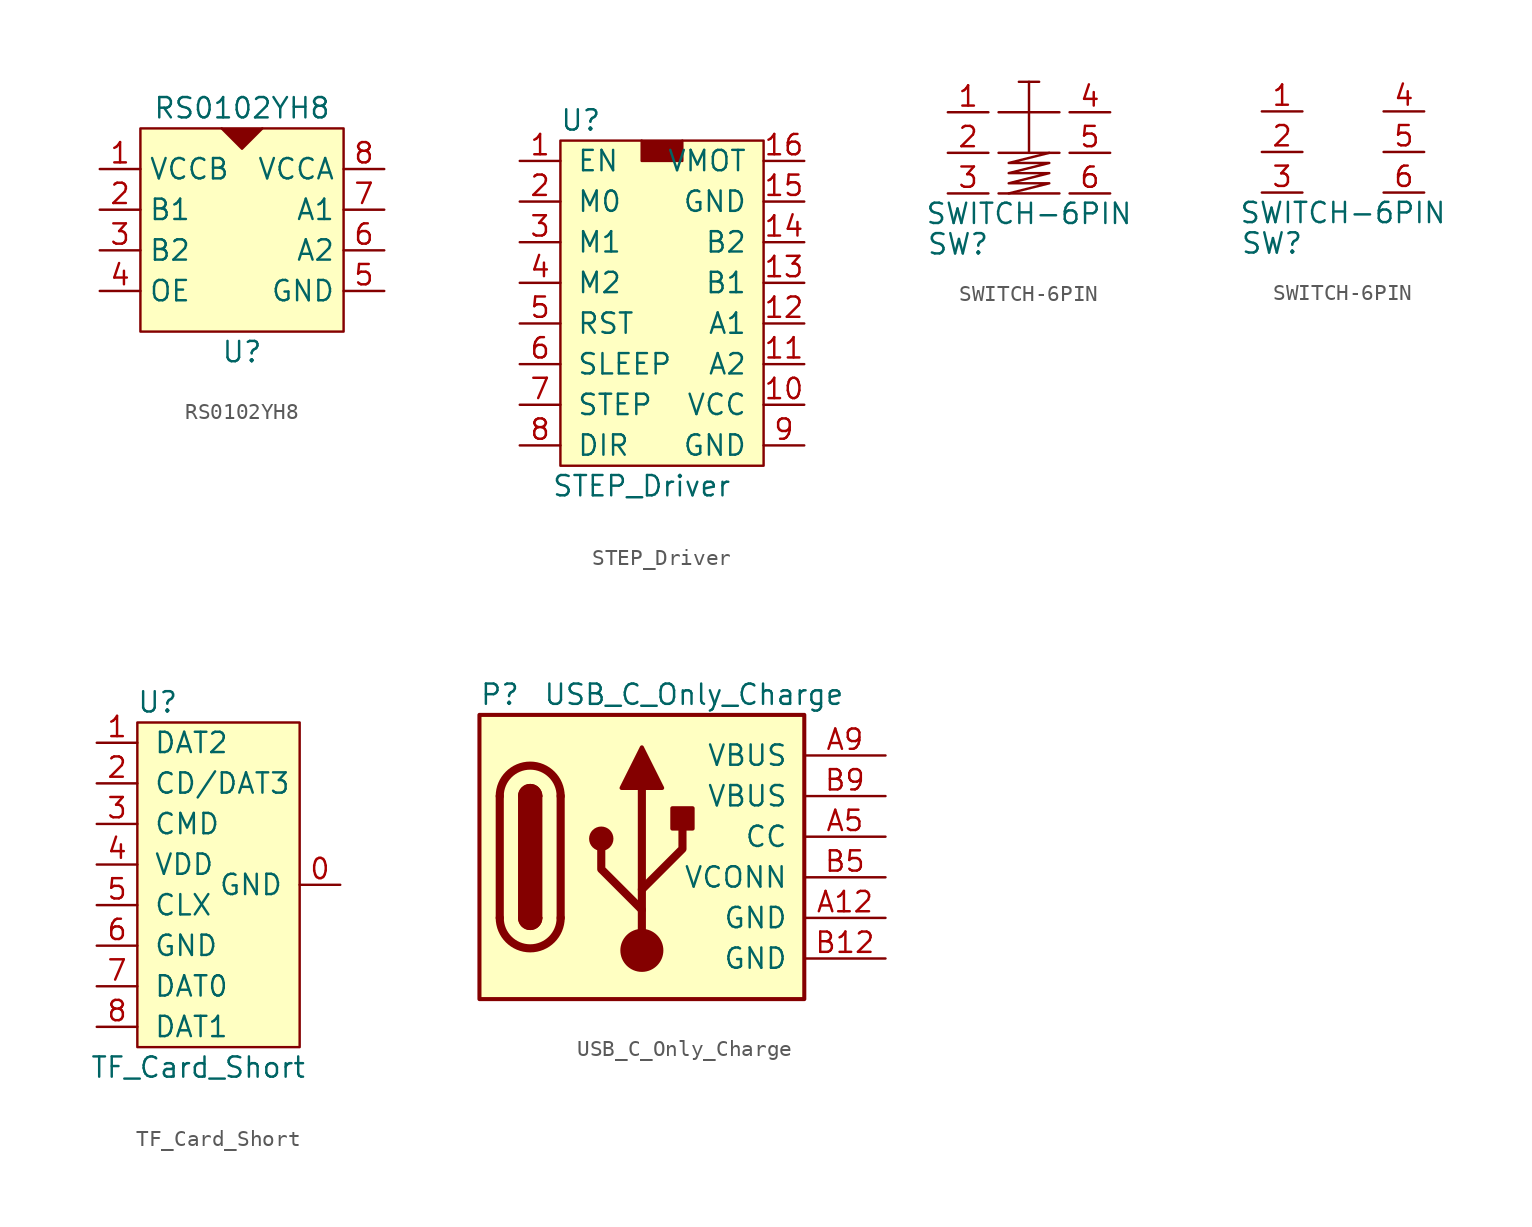
<source format=kicad_sym>
(kicad_symbol_lib
  (version 20211014)
  (generator kicad_symbol_editor)
  (symbol "RS0102YH8"
    (property "Reference" "U"
      (at 0 -7.62 0)
      (effects (font (size 1.27 1.27))))
    (property "Value" "RS0102YH8"
      (at 0 7.62 0)
      (effects (font (size 1.27 1.27))))
    (symbol "RS0102YH8_0_1"
      (rectangle (start -6.35 6.35) (end 6.35 -6.35) (stroke (width 0) (type default) (color 0 0 0 0)) (fill (type background)))
      (polyline (pts (xy -1.27 6.35) (xy 0 5.08) (xy 1.27 6.35)) (stroke (width 0) (type default) (color 0 0 0 0)) (fill (type outline))))
    (symbol "RS0102YH8_1_1"
      (pin power_in line (at -8.89 3.81 0) (length 2.54) (name "VCCB" (effects (font (size 1.27 1.27)))) (number "1" (effects (font (size 1.27 1.27)))))
      (pin bidirectional line (at -8.89 1.27 0) (length 2.54) (name "B1" (effects (font (size 1.27 1.27)))) (number "2" (effects (font (size 1.27 1.27)))))
      (pin bidirectional line (at -8.89 -1.27 0) (length 2.54) (name "B2" (effects (font (size 1.27 1.27)))) (number "3" (effects (font (size 1.27 1.27)))))
      (pin input line (at -8.89 -3.81 0) (length 2.54) (name "OE" (effects (font (size 1.27 1.27)))) (number "4" (effects (font (size 1.27 1.27)))))
      (pin power_in line (at 8.89 -3.81 180) (length 2.54) (name "GND" (effects (font (size 1.27 1.27)))) (number "5" (effects (font (size 1.27 1.27)))))
      (pin bidirectional line (at 8.89 -1.27 180) (length 2.54) (name "A2" (effects (font (size 1.27 1.27)))) (number "6" (effects (font (size 1.27 1.27)))))
      (pin bidirectional line (at 8.89 1.27 180) (length 2.54) (name "A1" (effects (font (size 1.27 1.27)))) (number "7" (effects (font (size 1.27 1.27)))))
      (pin power_in line (at 8.89 3.81 180) (length 2.54) (name "VCCA" (effects (font (size 1.27 1.27)))) (number "8" (effects (font (size 1.27 1.27)))))))
  (symbol "STEP_Driver"
    (pin_names
      (offset 1.016))
    (property "Reference" "U"
      (at -5.08 15.24 0)
      (effects (font (size 1.27 1.27))))
    (property "Value" "STEP_Driver"
      (at -1.27 -7.62 0)
      (effects (font (size 1.27 1.27))))
    (symbol "STEP_Driver_0_1"
      (polyline (pts (xy -1.27 13.97) (xy -1.27 12.7) (xy 1.27 12.7) (xy 1.27 13.97)) (stroke (width 0) (type default) (color 0 0 0 0)) (fill (type outline)))
      (polyline (pts (xy -6.35 13.97) (xy 6.35 13.97) (xy 6.35 -6.35) (xy -6.35 -6.35) (xy -6.35 13.97)) (stroke (width 0) (type default) (color 0 0 0 0)) (fill (type background)))
      (pin input line (at -8.89 12.7 0) (length 2.54) (name "EN" (effects (font (size 1.27 1.27)))) (number "1" (effects (font (size 1.27 1.27)))))
      (pin power_in line (at 8.89 -2.54 180) (length 2.54) (name "VCC" (effects (font (size 1.27 1.27)))) (number "10" (effects (font (size 1.27 1.27)))))
      (pin output line (at 8.89 0 180) (length 2.54) (name "A2" (effects (font (size 1.27 1.27)))) (number "11" (effects (font (size 1.27 1.27)))))
      (pin output line (at 8.89 2.54 180) (length 2.54) (name "A1" (effects (font (size 1.27 1.27)))) (number "12" (effects (font (size 1.27 1.27)))))
      (pin output line (at 8.89 5.08 180) (length 2.54) (name "B1" (effects (font (size 1.27 1.27)))) (number "13" (effects (font (size 1.27 1.27)))))
      (pin output line (at 8.89 7.62 180) (length 2.54) (name "B2" (effects (font (size 1.27 1.27)))) (number "14" (effects (font (size 1.27 1.27)))))
      (pin power_in line (at 8.89 10.16 180) (length 2.54) (name "GND" (effects (font (size 1.27 1.27)))) (number "15" (effects (font (size 1.27 1.27)))))
      (pin power_in line (at 8.89 12.7 180) (length 2.54) (name "VMOT" (effects (font (size 1.27 1.27)))) (number "16" (effects (font (size 1.27 1.27)))))
      (pin bidirectional line (at -8.89 10.16 0) (length 2.54) (name "M0" (effects (font (size 1.27 1.27)))) (number "2" (effects (font (size 1.27 1.27)))))
      (pin bidirectional line (at -8.89 7.62 0) (length 2.54) (name "M1" (effects (font (size 1.27 1.27)))) (number "3" (effects (font (size 1.27 1.27)))))
      (pin bidirectional line (at -8.89 5.08 0) (length 2.54) (name "M2" (effects (font (size 1.27 1.27)))) (number "4" (effects (font (size 1.27 1.27)))))
      (pin bidirectional line (at -8.89 2.54 0) (length 2.54) (name "RST" (effects (font (size 1.27 1.27)))) (number "5" (effects (font (size 1.27 1.27)))))
      (pin input line (at -8.89 0 0) (length 2.54) (name "SLEEP" (effects (font (size 1.27 1.27)))) (number "6" (effects (font (size 1.27 1.27)))))
      (pin input line (at -8.89 -2.54 0) (length 2.54) (name "STEP" (effects (font (size 1.27 1.27)))) (number "7" (effects (font (size 1.27 1.27)))))
      (pin input line (at -8.89 -5.08 0) (length 2.54) (name "DIR" (effects (font (size 1.27 1.27)))) (number "8" (effects (font (size 1.27 1.27)))))
      (pin power_in line (at 8.89 -5.08 180) (length 2.54) (name "GND" (effects (font (size 1.27 1.27)))) (number "9" (effects (font (size 1.27 1.27)))))))
  (symbol "SWITCH-6PIN"
    (pin_names
      (offset 1.016) hide)
    (property "Reference" "SW"
      (at -4.445 -5.715 0)
      (effects (font (size 1.27 1.27))))
    (property "Value" "SWITCH-6PIN"
      (at 0 -3.81 0)
      (effects (font (size 1.27 1.27))))
    (symbol "SWITCH-6PIN_0_1"
      (polyline (pts (xy -1.905 -2.54) (xy 1.905 -2.54)) (stroke (width 0) (type default) (color 0 0 0 0)) (fill (type none)))
      (polyline (pts (xy -1.905 0) (xy 1.905 0)) (stroke (width 0) (type default) (color 0 0 0 0)) (fill (type none)))
      (polyline (pts (xy -1.905 2.54) (xy 1.905 2.54)) (stroke (width 0) (type default) (color 0 0 0 0)) (fill (type none)))
      (polyline (pts (xy -0.635 4.445) (xy 0.635 4.445)) (stroke (width 0) (type default) (color 0 0 0 0)) (fill (type none)))
      (polyline (pts (xy 0 4.445) (xy 0 0)) (stroke (width 0) (type default) (color 0 0 0 0)) (fill (type none)))
      (polyline (pts (xy 1.27 0) (xy -1.27 -0.635) (xy 1.27 -0.635) (xy -1.27 -1.27) (xy 1.27 -1.27) (xy -1.27 -1.905) (xy 1.27 -1.905) (xy -1.27 -2.54)) (stroke (width 0) (type default) (color 0 0 0 0)) (fill (type none)))
      (pin bidirectional line (at -5.08 2.54 0) (length 2.54) (name "1" (effects (font (size 1.27 1.27)))) (number "1" (effects (font (size 1.27 1.27))))))
    (symbol "SWITCH-6PIN_0_2"
      (pin bidirectional line (at -5.08 2.54 0) (length 2.54) (name "1" (effects (font (size 1.27 1.27)))) (number "1" (effects (font (size 1.27 1.27))))))
    (symbol "SWITCH-6PIN_1_1"
      (pin bidirectional line (at -5.08 0 0) (length 2.54) (name "2" (effects (font (size 1.27 1.27)))) (number "2" (effects (font (size 1.27 1.27)))))
      (pin bidirectional line (at -5.08 -2.54 0) (length 2.54) (name "3" (effects (font (size 1.27 1.27)))) (number "3" (effects (font (size 1.27 1.27)))))
      (pin bidirectional line (at 5.08 2.54 180) (length 2.54) (name "4" (effects (font (size 1.27 1.27)))) (number "4" (effects (font (size 1.27 1.27)))))
      (pin bidirectional line (at 5.08 0 180) (length 2.54) (name "5" (effects (font (size 1.27 1.27)))) (number "5" (effects (font (size 1.27 1.27)))))
      (pin bidirectional line (at 5.08 -2.54 180) (length 2.54) (name "6" (effects (font (size 1.27 1.27)))) (number "6" (effects (font (size 1.27 1.27))))))
    (symbol "SWITCH-6PIN_1_2"
      (pin bidirectional line (at -5.08 0 0) (length 2.54) (name "2" (effects (font (size 1.27 1.27)))) (number "2" (effects (font (size 1.27 1.27)))))
      (pin bidirectional line (at -5.08 -2.54 0) (length 2.54) (name "3" (effects (font (size 1.27 1.27)))) (number "3" (effects (font (size 1.27 1.27)))))
      (pin bidirectional line (at 5.08 2.54 180) (length 2.54) (name "4" (effects (font (size 1.27 1.27)))) (number "4" (effects (font (size 1.27 1.27)))))
      (pin bidirectional line (at 5.08 0 180) (length 2.54) (name "5" (effects (font (size 1.27 1.27)))) (number "5" (effects (font (size 1.27 1.27)))))
      (pin bidirectional line (at 5.08 -2.54 180) (length 2.54) (name "6" (effects (font (size 1.27 1.27)))) (number "6" (effects (font (size 1.27 1.27)))))))
  (symbol "TF_Card_Short"
    (pin_names
      (offset 1.016))
    (property "Reference" "U"
      (at -2.54 11.43 0)
      (effects (font (size 1.27 1.27))))
    (property "Value" "TF_Card_Short"
      (at 0 -11.43 0)
      (effects (font (size 1.27 1.27))))
    (symbol "TF_Card_Short_0_1"
      (rectangle (start -3.81 10.16) (end 6.35 -10.16) (stroke (width 0) (type default) (color 0 0 0 0)) (fill (type background))))
    (symbol "TF_Card_Short_1_1"
      (pin input line (at 8.89 0 180) (length 2.54) (name "GND" (effects (font (size 1.27 1.27)))) (number "0" (effects (font (size 1.27 1.27)))))
      (pin input line (at -6.35 8.89 0) (length 2.54) (name "DAT2" (effects (font (size 1.27 1.27)))) (number "1" (effects (font (size 1.27 1.27)))))
      (pin input line (at -6.35 6.35 0) (length 2.54) (name "CD/DAT3" (effects (font (size 1.27 1.27)))) (number "2" (effects (font (size 1.27 1.27)))))
      (pin input line (at -6.35 3.81 0) (length 2.54) (name "CMD" (effects (font (size 1.27 1.27)))) (number "3" (effects (font (size 1.27 1.27)))))
      (pin input line (at -6.35 1.27 0) (length 2.54) (name "VDD" (effects (font (size 1.27 1.27)))) (number "4" (effects (font (size 1.27 1.27)))))
      (pin input line (at -6.35 -1.27 0) (length 2.54) (name "CLX" (effects (font (size 1.27 1.27)))) (number "5" (effects (font (size 1.27 1.27)))))
      (pin input line (at -6.35 -3.81 0) (length 2.54) (name "GND" (effects (font (size 1.27 1.27)))) (number "6" (effects (font (size 1.27 1.27)))))
      (pin input line (at -6.35 -6.35 0) (length 2.54) (name "DAT0" (effects (font (size 1.27 1.27)))) (number "7" (effects (font (size 1.27 1.27)))))
      (pin input line (at -6.35 -8.89 0) (length 2.54) (name "DAT1" (effects (font (size 1.27 1.27)))) (number "8" (effects (font (size 1.27 1.27)))))))
  (symbol "USB_C_Only_Charge"
    (pin_names
      (offset 1.016))
    (property "Reference" "P"
      (at -10.16 10.16 0)
      (effects (font (size 1.27 1.27)) (justify left)))
    (property "Value" "USB_C_Only_Charge"
      (at 12.7 10.16 0)
      (effects (font (size 1.27 1.27)) (justify right)))
    (symbol "USB_C_Only_Charge_0_1"
      (rectangle (start -10.16 8.89) (end 10.16 -8.89) (stroke (width 0.254) (type default) (color 0 0 0 0)) (fill (type background)))
      (arc (start -8.89 -3.81) (mid -6.985 -5.715) (end -5.08 -3.81) (stroke (width 0.508) (type default) (color 0 0 0 0)) (fill (type none)))
      (arc (start -7.62 -3.81) (mid -6.985 -4.445) (end -6.35 -3.81) (stroke (width 0.254) (type default) (color 0 0 0 0)) (fill (type none)))
      (arc (start -7.62 -3.81) (mid -6.985 -4.445) (end -6.35 -3.81) (stroke (width 0.254) (type default) (color 0 0 0 0)) (fill (type outline)))
      (rectangle (start -7.62 -3.81) (end -6.35 3.81) (stroke (width 0.254) (type default) (color 0 0 0 0)) (fill (type outline)))
      (arc (start -6.35 3.81) (mid -6.985 4.445) (end -7.62 3.81) (stroke (width 0.254) (type default) (color 0 0 0 0)) (fill (type none)))
      (arc (start -6.35 3.81) (mid -6.985 4.445) (end -7.62 3.81) (stroke (width 0.254) (type default) (color 0 0 0 0)) (fill (type outline)))
      (arc (start -5.08 3.81) (mid -6.985 5.715) (end -8.89 3.81) (stroke (width 0.508) (type default) (color 0 0 0 0)) (fill (type none)))
      (circle (center -2.54 1.143) (radius 0.635) (stroke (width 0.254) (type default) (color 0 0 0 0)) (fill (type outline)))
      (circle (center 0 -5.842) (radius 1.27) (stroke (width 0) (type default) (color 0 0 0 0)) (fill (type outline)))
      (polyline (pts (xy -8.89 -3.81) (xy -8.89 3.81)) (stroke (width 0.508) (type default) (color 0 0 0 0)) (fill (type none)))
      (polyline (pts (xy -5.08 3.81) (xy -5.08 -3.81)) (stroke (width 0.508) (type default) (color 0 0 0 0)) (fill (type none)))
      (polyline (pts (xy 0 -5.842) (xy 0 4.318)) (stroke (width 0.508) (type default) (color 0 0 0 0)) (fill (type none)))
      (polyline (pts (xy 0 -3.302) (xy -2.54 -0.762) (xy -2.54 0.508)) (stroke (width 0.508) (type default) (color 0 0 0 0)) (fill (type none)))
      (polyline (pts (xy 0 -2.032) (xy 2.54 0.508) (xy 2.54 1.778)) (stroke (width 0.508) (type default) (color 0 0 0 0)) (fill (type none)))
      (polyline (pts (xy -1.27 4.318) (xy 0 6.858) (xy 1.27 4.318) (xy -1.27 4.318)) (stroke (width 0.254) (type default) (color 0 0 0 0)) (fill (type outline)))
      (rectangle (start 1.905 1.778) (end 3.175 3.048) (stroke (width 0.254) (type default) (color 0 0 0 0)) (fill (type outline))))
    (symbol "USB_C_Only_Charge_1_1"
      (pin passive line (at 15.24 -3.81 180) (length 5.08) (name "GND" (effects (font (size 1.27 1.27)))) (number "A12" (effects (font (size 1.27 1.27)))))
      (pin bidirectional line (at 15.24 1.27 180) (length 5.08) (name "CC" (effects (font (size 1.27 1.27)))) (number "A5" (effects (font (size 1.27 1.27)))))
      (pin passive line (at 15.24 6.35 180) (length 5.08) (name "VBUS" (effects (font (size 1.27 1.27)))) (number "A9" (effects (font (size 1.27 1.27)))))
      (pin passive line (at 15.24 -6.35 180) (length 5.08) (name "GND" (effects (font (size 1.27 1.27)))) (number "B12" (effects (font (size 1.27 1.27)))))
      (pin bidirectional line (at 15.24 -1.27 180) (length 5.08) (name "VCONN" (effects (font (size 1.27 1.27)))) (number "B5" (effects (font (size 1.27 1.27)))))
      (pin passive line (at 15.24 3.81 180) (length 5.08) (name "VBUS" (effects (font (size 1.27 1.27)))) (number "B9" (effects (font (size 1.27 1.27)))))
      (pin passive line (at 15.24 -6.35 180) (length 5.08) hide (name "SHIELD" (effects (font (size 1.27 1.27)))) (number "S1" (effects (font (size 1.27 1.27))))))))
</source>
